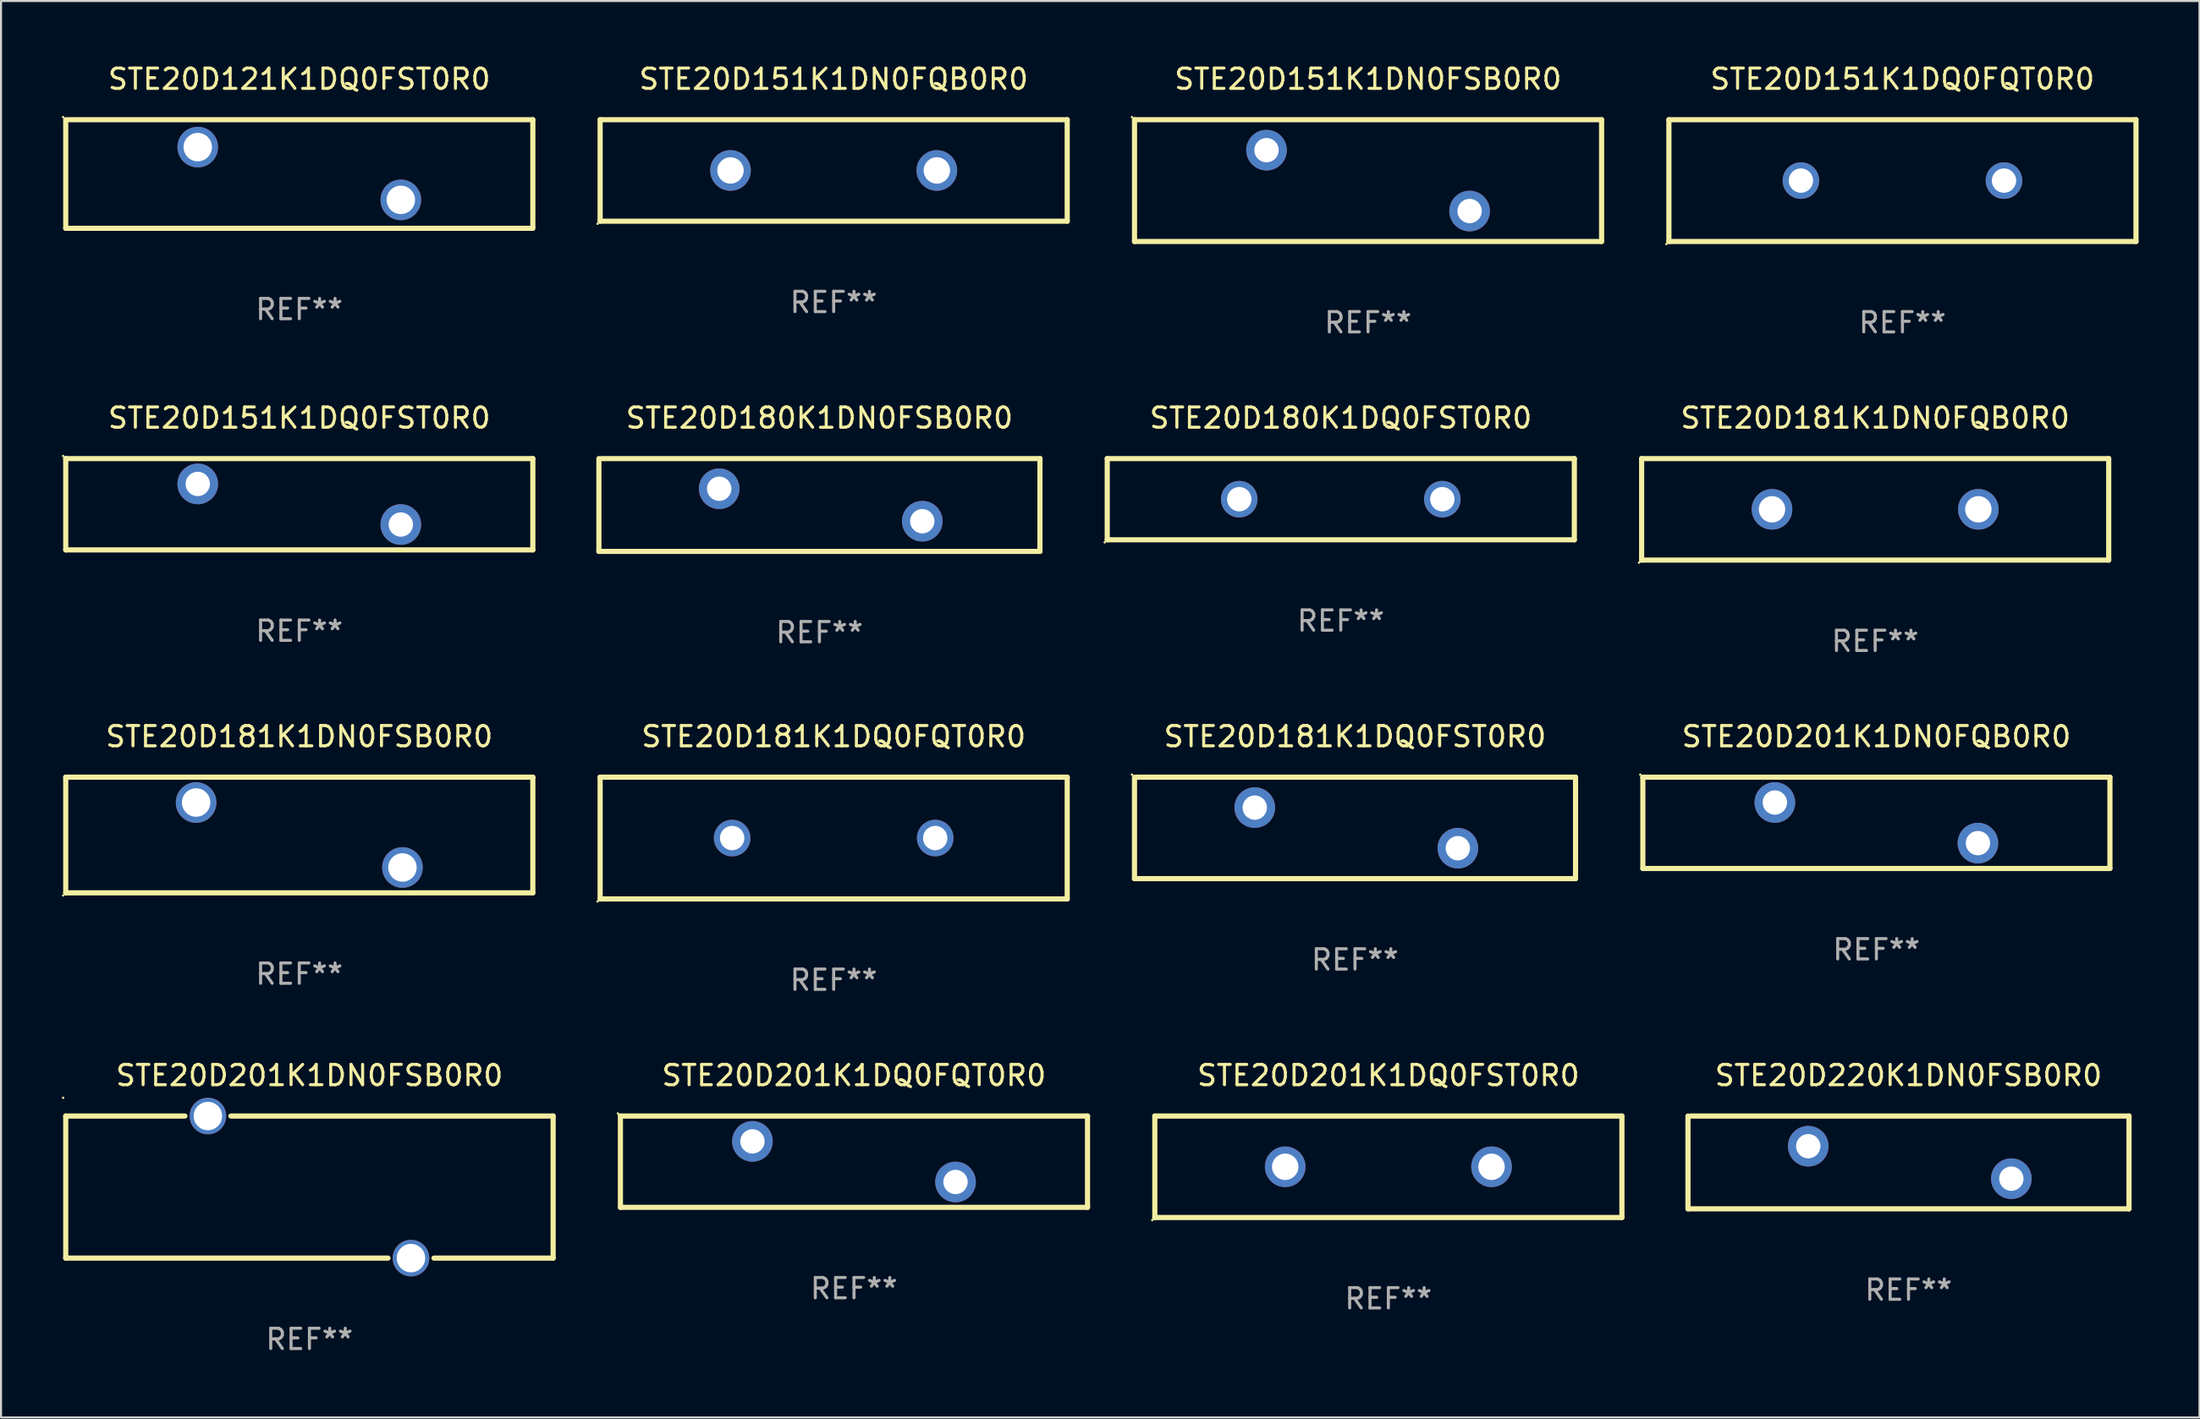
<source format=kicad_pcb>
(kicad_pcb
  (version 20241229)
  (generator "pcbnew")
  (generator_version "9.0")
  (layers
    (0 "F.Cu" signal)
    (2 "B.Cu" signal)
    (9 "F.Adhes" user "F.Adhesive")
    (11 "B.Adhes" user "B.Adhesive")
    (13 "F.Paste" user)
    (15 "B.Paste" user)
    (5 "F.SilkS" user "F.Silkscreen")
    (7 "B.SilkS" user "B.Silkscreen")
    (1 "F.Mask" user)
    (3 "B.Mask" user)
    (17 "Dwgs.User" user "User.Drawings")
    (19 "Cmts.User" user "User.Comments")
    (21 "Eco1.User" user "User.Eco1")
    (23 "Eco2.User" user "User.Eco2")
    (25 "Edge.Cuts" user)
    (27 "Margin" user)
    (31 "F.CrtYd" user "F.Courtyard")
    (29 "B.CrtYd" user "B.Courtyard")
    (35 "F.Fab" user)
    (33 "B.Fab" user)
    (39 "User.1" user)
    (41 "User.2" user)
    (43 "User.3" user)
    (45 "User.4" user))
  (footprint "STE20D151K1DN0FSB0R0"
    (layer "F.Cu")
    (at 64.315 5.848)
    (property "Reference" "STE20D151K1DN0FSB0R0" (at 0 -5 0) (layer "F.SilkS") (effects (font (size 1 1) (thickness 0.15))))
    (attr through_hole)
    (fp_line (start -11.5 -3) (end 11.5 -3) (stroke (width 0.254) (type solid)) (layer "F.SilkS"))
    (fp_line (start -11.5 3) (end -11.5 -3) (stroke (width 0.254) (type solid)) (layer "F.SilkS"))
    (fp_line (start 11.5 -3) (end 11.5 3) (stroke (width 0.254) (type solid)) (layer "F.SilkS"))
    (fp_line (start 11.5 3) (end -11.5 3) (stroke (width 0.254) (type solid)) (layer "F.SilkS"))
    (fp_circle (center -11.627 -3.127) (end -11.597 -3.127) (stroke (width 0.06) (type solid)) (fill no) (layer "F.SilkS"))
    (fp_text user "REF**" (at 0 7 0) (layer "F.Fab") (effects (font (size 1 1) (thickness 0.15))))
    (pad "1" thru_hole circle (at -5 -1.5) (size 2 2) (drill 1.2) (layers "*.Cu" "*.Mask"))
    (pad "2" thru_hole circle (at 5 1.5) (size 2 2) (drill 1.2) (layers "*.Cu" "*.Mask")))
  (footprint "STE20D220K1DN0FSB0R0"
    (layer "F.Cu")
    (at 90.927 54.224)
    (property "Reference" "STE20D220K1DN0FSB0R0" (at 0 -4.286 0) (layer "F.SilkS") (effects (font (size 1 1) (thickness 0.15))))
    (attr through_hole)
    (fp_line (start -10.859 2.286) (end -10.859 -2.286) (stroke (width 0.254) (type solid)) (layer "F.SilkS"))
    (fp_line (start -10.732 -2.286) (end 10.859 -2.286) (stroke (width 0.254) (type solid)) (layer "F.SilkS"))
    (fp_line (start 10.859 -2.286) (end 10.859 2.286) (stroke (width 0.254) (type solid)) (layer "F.SilkS"))
    (fp_line (start 10.859 2.286) (end -10.859 2.286) (stroke (width 0.254) (type solid)) (layer "F.SilkS"))
    (fp_circle (center -10.687 -2.3) (end -10.657 -2.3) (stroke (width 0.06) (type solid)) (fill no) (layer "F.SilkS"))
    (fp_text user "REF**" (at 0 6.286 0) (layer "F.Fab") (effects (font (size 1 1) (thickness 0.15))))
    (pad "1" thru_hole circle (at -4.936 -0.8) (size 2 2) (drill 1.2) (layers "*.Cu" "*.Mask"))
    (pad "2" thru_hole circle (at 5.064 0.8) (size 2 2) (drill 1.2) (layers "*.Cu" "*.Mask")))
  (footprint "STE20D151K1DQ0FST0R0"
    (layer "F.Cu")
    (at 11.687 21.795)
    (property "Reference" "STE20D151K1DQ0FST0R0" (at 0 -4.25 0) (layer "F.SilkS") (effects (font (size 1 1) (thickness 0.15))))
    (attr through_hole)
    (fp_line (start -11.5 -2.25) (end 11.5 -2.25) (stroke (width 0.254) (type solid)) (layer "F.SilkS"))
    (fp_line (start -11.5 2.25) (end -11.5 -2.25) (stroke (width 0.254) (type solid)) (layer "F.SilkS"))
    (fp_line (start 11.5 -2.25) (end 11.5 2.25) (stroke (width 0.254) (type solid)) (layer "F.SilkS"))
    (fp_line (start 11.5 2.249) (end -11.5 2.249) (stroke (width 0.254) (type solid)) (layer "F.SilkS"))
    (fp_circle (center -11.627 -2.377) (end -11.597 -2.377) (stroke (width 0.06) (type solid)) (fill no) (layer "F.SilkS"))
    (fp_text user "REF**" (at 0 6.25 0) (layer "F.Fab") (effects (font (size 1 1) (thickness 0.15))))
    (pad "1" thru_hole circle (at -5 -1.002) (size 2 2) (drill 1.2) (layers "*.Cu" "*.Mask"))
    (pad "2" thru_hole circle (at 5 0.999) (size 2 2) (drill 1.2) (layers "*.Cu" "*.Mask")))
  (footprint "STE20D181K1DN0FSB0R0"
    (layer "F.Cu")
    (at 11.687 38.091)
    (property "Reference" "STE20D181K1DN0FSB0R0" (at 0 -4.85 0) (layer "F.SilkS") (effects (font (size 1 1) (thickness 0.15))))
    (attr through_hole)
    (fp_line (start -11.5 -2.85) (end 11.5 -2.85) (stroke (width 0.254) (type solid)) (layer "F.SilkS"))
    (fp_line (start -11.5 2.85) (end -11.5 -2.85) (stroke (width 0.254) (type solid)) (layer "F.SilkS"))
    (fp_line (start -11.5 2.85) (end 11.5 2.85) (stroke (width 0.254) (type solid)) (layer "F.SilkS"))
    (fp_line (start 11.5 -2.85) (end 11.5 2.85) (stroke (width 0.254) (type solid)) (layer "F.SilkS"))
    (fp_circle (center -11.627 2.977) (end -11.597 2.977) (stroke (width 0.06) (type solid)) (fill no) (layer "F.SilkS"))
    (fp_text user "REF**" (at 0 6.85 0) (layer "F.Fab") (effects (font (size 1 1) (thickness 0.15))))
    (pad "1" thru_hole circle (at -5.08 -1.6) (size 2 2) (drill 1.4) (layers "*.Cu" "*.Mask"))
    (pad "2" thru_hole circle (at 5.08 1.6) (size 2 2) (drill 1.4) (layers "*.Cu" "*.Mask")))
  (footprint "STE20D151K1DQ0FQT0R0"
    (layer "F.Cu")
    (at 90.629 5.848)
    (property "Reference" "STE20D151K1DQ0FQT0R0" (at 0 -5 0) (layer "F.SilkS") (effects (font (size 1 1) (thickness 0.15))))
    (attr through_hole)
    (fp_line (start -11.5 -3) (end 11.5 -3) (stroke (width 0.254) (type solid)) (layer "F.SilkS"))
    (fp_line (start -11.5 3) (end -11.5 -3) (stroke (width 0.254) (type solid)) (layer "F.SilkS"))
    (fp_line (start 11.5 -3) (end 11.5 3) (stroke (width 0.254) (type solid)) (layer "F.SilkS"))
    (fp_line (start 11.5 3) (end -11.5 3) (stroke (width 0.254) (type solid)) (layer "F.SilkS"))
    (fp_circle (center -11.627 3.127) (end -11.597 3.127) (stroke (width 0.06) (type solid)) (fill no) (layer "F.SilkS"))
    (fp_text user "REF**" (at 0 7 0) (layer "F.Fab") (effects (font (size 1 1) (thickness 0.15))))
    (pad "1" thru_hole circle (at -5 0) (size 1.8 1.8) (drill 1.2) (layers "*.Cu" "*.Mask"))
    (pad "2" thru_hole circle (at 5 0) (size 1.8 1.8) (drill 1.2) (layers "*.Cu" "*.Mask")))
  (footprint "STE20D181K1DQ0FST0R0"
    (layer "F.Cu")
    (at 63.673 37.741)
    (property "Reference" "STE20D181K1DQ0FST0R0" (at 0 -4.5 0) (layer "F.SilkS") (effects (font (size 1 1) (thickness 0.15))))
    (attr through_hole)
    (fp_line (start -10.859 2.5) (end -10.859 -2.5) (stroke (width 0.254) (type solid)) (layer "F.SilkS"))
    (fp_line (start -10.732 -2.5) (end 10.859 -2.5) (stroke (width 0.254) (type solid)) (layer "F.SilkS"))
    (fp_line (start 10.859 -2.5) (end 10.859 2.5) (stroke (width 0.254) (type solid)) (layer "F.SilkS"))
    (fp_line (start 10.859 2.5) (end -10.859 2.5) (stroke (width 0.254) (type solid)) (layer "F.SilkS"))
    (fp_circle (center -10.986 -2.627) (end -10.956 -2.627) (stroke (width 0.06) (type solid)) (fill no) (layer "F.SilkS"))
    (fp_text user "REF**" (at 0 6.5 0) (layer "F.Fab") (effects (font (size 1 1) (thickness 0.15))))
    (pad "1" thru_hole circle (at -4.937 -1) (size 2 2) (drill 1.2) (layers "*.Cu" "*.Mask"))
    (pad "2" thru_hole circle (at 5.063 1) (size 2 2) (drill 1.2) (layers "*.Cu" "*.Mask")))
  (footprint "STE20D201K1DQ0FQT0R0"
    (layer "F.Cu")
    (at 39.001 54.188)
    (property "Reference" "STE20D201K1DQ0FQT0R0" (at 0 -4.25 0) (layer "F.SilkS") (effects (font (size 1 1) (thickness 0.15))))
    (attr through_hole)
    (fp_line (start -11.5 -2.25) (end 11.5 -2.25) (stroke (width 0.254) (type solid)) (layer "F.SilkS"))
    (fp_line (start -11.5 2.25) (end -11.5 -2.25) (stroke (width 0.254) (type solid)) (layer "F.SilkS"))
    (fp_line (start 11.5 -2.25) (end 11.5 2.25) (stroke (width 0.254) (type solid)) (layer "F.SilkS"))
    (fp_line (start 11.5 2.249) (end -11.5 2.249) (stroke (width 0.254) (type solid)) (layer "F.SilkS"))
    (fp_circle (center -11.627 -2.377) (end -11.597 -2.377) (stroke (width 0.06) (type solid)) (fill no) (layer "F.SilkS"))
    (fp_text user "REF**" (at 0 6.25 0) (layer "F.Fab") (effects (font (size 1 1) (thickness 0.15))))
    (pad "1" thru_hole circle (at -5 -1.002) (size 2 2) (drill 1.2) (layers "*.Cu" "*.Mask"))
    (pad "2" thru_hole circle (at 5 0.999) (size 2 2) (drill 1.2) (layers "*.Cu" "*.Mask")))
  (footprint "STE20D121K1DQ0FST0R0"
    (layer "F.Cu")
    (at 11.687 5.523)
    (property "Reference" "STE20D121K1DQ0FST0R0" (at 0 -4.675 0) (layer "F.SilkS") (effects (font (size 1 1) (thickness 0.15))))
    (attr through_hole)
    (fp_line (start -11.5 -2.675) (end 11.5 -2.675) (stroke (width 0.254) (type solid)) (layer "F.SilkS"))
    (fp_line (start -11.5 2.675) (end -11.5 -2.625) (stroke (width 0.254) (type solid)) (layer "F.SilkS"))
    (fp_line (start 11.5 -2.675) (end 11.5 2.625) (stroke (width 0.254) (type solid)) (layer "F.SilkS"))
    (fp_line (start 11.5 2.675) (end -11.5 2.675) (stroke (width 0.254) (type solid)) (layer "F.SilkS"))
    (fp_circle (center -11.627 -2.802) (end -11.597 -2.802) (stroke (width 0.06) (type solid)) (fill no) (layer "F.SilkS"))
    (fp_text user "REF**" (at 0 6.675 0) (layer "F.Fab") (effects (font (size 1 1) (thickness 0.15))))
    (pad "1" thru_hole circle (at -5 -1.325) (size 2 2) (drill 1.4) (layers "*.Cu" "*.Mask"))
    (pad "2" thru_hole circle (at 5 1.275) (size 2 2) (drill 1.4) (layers "*.Cu" "*.Mask")))
  (footprint "STE20D181K1DQ0FQT0R0"
    (layer "F.Cu")
    (at 38.001 38.241)
    (property "Reference" "STE20D181K1DQ0FQT0R0" (at 0 -5 0) (layer "F.SilkS") (effects (font (size 1 1) (thickness 0.15))))
    (attr through_hole)
    (fp_line (start -11.5 -3) (end 11.5 -3) (stroke (width 0.254) (type solid)) (layer "F.SilkS"))
    (fp_line (start -11.5 3) (end -11.5 -3) (stroke (width 0.254) (type solid)) (layer "F.SilkS"))
    (fp_line (start 11.5 -3) (end 11.5 3) (stroke (width 0.254) (type solid)) (layer "F.SilkS"))
    (fp_line (start 11.5 3) (end -11.5 3) (stroke (width 0.254) (type solid)) (layer "F.SilkS"))
    (fp_circle (center -11.627 3.127) (end -11.597 3.127) (stroke (width 0.06) (type solid)) (fill no) (layer "F.SilkS"))
    (fp_text user "REF**" (at 0 7 0) (layer "F.Fab") (effects (font (size 1 1) (thickness 0.15))))
    (pad "1" thru_hole circle (at -5 0) (size 1.8 1.8) (drill 1.2) (layers "*.Cu" "*.Mask"))
    (pad "2" thru_hole circle (at 5 0) (size 1.8 1.8) (drill 1.2) (layers "*.Cu" "*.Mask")))
  (footprint "STE20D180K1DQ0FST0R0"
    (layer "F.Cu")
    (at 62.972 21.545)
    (property "Reference" "STE20D180K1DQ0FST0R0" (at 0 -4 0) (layer "F.SilkS") (effects (font (size 1 1) (thickness 0.15))))
    (attr through_hole)
    (fp_line (start -11.5 -2) (end 11.5 -2) (stroke (width 0.254) (type solid)) (layer "F.SilkS"))
    (fp_line (start -11.5 2) (end -11.5 -2) (stroke (width 0.254) (type solid)) (layer "F.SilkS"))
    (fp_line (start 11.5 -2) (end 11.5 2) (stroke (width 0.254) (type solid)) (layer "F.SilkS"))
    (fp_line (start 11.5 2) (end -11.5 2) (stroke (width 0.254) (type solid)) (layer "F.SilkS"))
    (fp_circle (center -11.627 2.127) (end -11.597 2.127) (stroke (width 0.06) (type solid)) (fill no) (layer "F.SilkS"))
    (fp_text user "REF**" (at 0 6 0) (layer "F.Fab") (effects (font (size 1 1) (thickness 0.15))))
    (pad "1" thru_hole circle (at -5 0) (size 1.8 1.8) (drill 1.2) (layers "*.Cu" "*.Mask"))
    (pad "2" thru_hole circle (at 5 0) (size 1.8 1.8) (drill 1.2) (layers "*.Cu" "*.Mask")))
  (footprint "STE20D151K1DN0FQB0R0"
    (layer "F.Cu")
    (at 38.001 5.348)
    (property "Reference" "STE20D151K1DN0FQB0R0" (at 0 -4.5 0) (layer "F.SilkS") (effects (font (size 1 1) (thickness 0.15))))
    (attr through_hole)
    (fp_line (start -11.5 -2.5) (end 11.5 -2.5) (stroke (width 0.254) (type solid)) (layer "F.SilkS"))
    (fp_line (start -11.5 2.5) (end -11.5 -2.5) (stroke (width 0.254) (type solid)) (layer "F.SilkS"))
    (fp_line (start 11.5 -2.5) (end 11.5 2.5) (stroke (width 0.254) (type solid)) (layer "F.SilkS"))
    (fp_line (start 11.5 2.5) (end -11.5 2.5) (stroke (width 0.254) (type solid)) (layer "F.SilkS"))
    (fp_circle (center -11.627 2.627) (end -11.597 2.627) (stroke (width 0.06) (type solid)) (fill no) (layer "F.SilkS"))
    (fp_text user "REF**" (at 0 6.5 0) (layer "F.Fab") (effects (font (size 1 1) (thickness 0.15))))
    (pad "1" thru_hole circle (at -5.08 0) (size 2 2) (drill 1.3) (layers "*.Cu" "*.Mask"))
    (pad "2" thru_hole circle (at 5.08 0) (size 2 2) (drill 1.3) (layers "*.Cu" "*.Mask")))
  (footprint "STE20D181K1DN0FQB0R0"
    (layer "F.Cu")
    (at 89.286 22.045)
    (property "Reference" "STE20D181K1DN0FQB0R0" (at 0 -4.5 0) (layer "F.SilkS") (effects (font (size 1 1) (thickness 0.15))))
    (attr through_hole)
    (fp_line (start -11.5 -2.5) (end 11.5 -2.5) (stroke (width 0.254) (type solid)) (layer "F.SilkS"))
    (fp_line (start -11.5 2.5) (end -11.5 -2.5) (stroke (width 0.254) (type solid)) (layer "F.SilkS"))
    (fp_line (start 11.5 -2.5) (end 11.5 2.5) (stroke (width 0.254) (type solid)) (layer "F.SilkS"))
    (fp_line (start 11.5 2.5) (end -11.5 2.5) (stroke (width 0.254) (type solid)) (layer "F.SilkS"))
    (fp_circle (center -11.627 2.627) (end -11.597 2.627) (stroke (width 0.06) (type solid)) (fill no) (layer "F.SilkS"))
    (fp_text user "REF**" (at 0 6.5 0) (layer "F.Fab") (effects (font (size 1 1) (thickness 0.15))))
    (pad "1" thru_hole circle (at -5.08 0) (size 2 2) (drill 1.3) (layers "*.Cu" "*.Mask"))
    (pad "2" thru_hole circle (at 5.08 0) (size 2 2) (drill 1.3) (layers "*.Cu" "*.Mask")))
  (footprint "STE20D180K1DN0FSB0R0"
    (layer "F.Cu")
    (at 37.3 21.831)
    (property "Reference" "STE20D180K1DN0FSB0R0" (at 0 -4.286 0) (layer "F.SilkS") (effects (font (size 1 1) (thickness 0.15))))
    (attr through_hole)
    (fp_line (start -10.859 2.286) (end -10.859 -2.286) (stroke (width 0.254) (type solid)) (layer "F.SilkS"))
    (fp_line (start -10.732 -2.286) (end 10.859 -2.286) (stroke (width 0.254) (type solid)) (layer "F.SilkS"))
    (fp_line (start 10.859 -2.286) (end 10.859 2.286) (stroke (width 0.254) (type solid)) (layer "F.SilkS"))
    (fp_line (start 10.859 2.286) (end -10.859 2.286) (stroke (width 0.254) (type solid)) (layer "F.SilkS"))
    (fp_circle (center -10.687 -2.3) (end -10.657 -2.3) (stroke (width 0.06) (type solid)) (fill no) (layer "F.SilkS"))
    (fp_text user "REF**" (at 0 6.286 0) (layer "F.Fab") (effects (font (size 1 1) (thickness 0.15))))
    (pad "1" thru_hole circle (at -4.936 -0.8) (size 2 2) (drill 1.2) (layers "*.Cu" "*.Mask"))
    (pad "2" thru_hole circle (at 5.064 0.8) (size 2 2) (drill 1.2) (layers "*.Cu" "*.Mask")))
  (footprint "STE20D201K1DN0FQB0R0"
    (layer "F.Cu")
    (at 89.346 37.492)
    (property "Reference" "STE20D201K1DN0FQB0R0" (at 0 -4.25 0) (layer "F.SilkS") (effects (font (size 1 1) (thickness 0.15))))
    (attr through_hole)
    (fp_line (start -11.5 -2.25) (end 11.5 -2.25) (stroke (width 0.254) (type solid)) (layer "F.SilkS"))
    (fp_line (start -11.5 2.25) (end -11.5 -2.25) (stroke (width 0.254) (type solid)) (layer "F.SilkS"))
    (fp_line (start 11.5 -2.25) (end 11.5 2.25) (stroke (width 0.254) (type solid)) (layer "F.SilkS"))
    (fp_line (start 11.5 2.249) (end -11.5 2.249) (stroke (width 0.254) (type solid)) (layer "F.SilkS"))
    (fp_circle (center -11.627 -2.377) (end -11.597 -2.377) (stroke (width 0.06) (type solid)) (fill no) (layer "F.SilkS"))
    (fp_text user "REF**" (at 0 6.25 0) (layer "F.Fab") (effects (font (size 1 1) (thickness 0.15))))
    (pad "1" thru_hole circle (at -5 -1.002) (size 2 2) (drill 1.2) (layers "*.Cu" "*.Mask"))
    (pad "2" thru_hole circle (at 5 0.999) (size 2 2) (drill 1.2) (layers "*.Cu" "*.Mask")))
  (footprint "STE20D201K1DN0FSB0R0"
    (layer "F.Cu")
    (at 12.187 55.438)
    (property "Reference" "STE20D201K1DN0FSB0R0" (at 0 -5.5 0) (layer "F.SilkS") (effects (font (size 1 1) (thickness 0.15))))
    (attr through_hole)
    (fp_line (start -12 -3.5) (end -6.131 -3.5) (stroke (width 0.254) (type solid)) (layer "F.SilkS"))
    (fp_line (start -12 3.5) (end -12 -3.5) (stroke (width 0.254) (type solid)) (layer "F.SilkS"))
    (fp_line (start -3.869 -3.5) (end 12 -3.5) (stroke (width 0.254) (type solid)) (layer "F.SilkS"))
    (fp_line (start 3.869 3.5) (end -12 3.5) (stroke (width 0.254) (type solid)) (layer "F.SilkS"))
    (fp_line (start 12 -3.5) (end 12 3.5) (stroke (width 0.254) (type solid)) (layer "F.SilkS"))
    (fp_line (start 12 3.5) (end 6.131 3.5) (stroke (width 0.254) (type solid)) (layer "F.SilkS"))
    (fp_circle (center -12.127 -4.4) (end -12.097 -4.4) (stroke (width 0.06) (type solid)) (fill no) (layer "F.SilkS"))
    (fp_text user "REF**" (at 0 7.5 0) (layer "F.Fab") (effects (font (size 1 1) (thickness 0.15))))
    (pad "1" thru_hole circle (at -5 -3.5) (size 1.8 1.8) (drill 1.4) (layers "*.Cu" "*.Mask"))
    (pad "2" thru_hole circle (at 5 3.5) (size 1.8 1.8) (drill 1.4) (layers "*.Cu" "*.Mask")))
  (footprint "STE20D201K1DQ0FST0R0"
    (layer "F.Cu")
    (at 65.315 54.438)
    (property "Reference" "STE20D201K1DQ0FST0R0" (at 0 -4.5 0) (layer "F.SilkS") (effects (font (size 1 1) (thickness 0.15))))
    (attr through_hole)
    (fp_line (start -11.5 -2.5) (end 11.5 -2.5) (stroke (width 0.254) (type solid)) (layer "F.SilkS"))
    (fp_line (start -11.5 2.5) (end -11.5 -2.5) (stroke (width 0.254) (type solid)) (layer "F.SilkS"))
    (fp_line (start 11.5 -2.5) (end 11.5 2.5) (stroke (width 0.254) (type solid)) (layer "F.SilkS"))
    (fp_line (start 11.5 2.5) (end -11.5 2.5) (stroke (width 0.254) (type solid)) (layer "F.SilkS"))
    (fp_circle (center -11.627 2.627) (end -11.597 2.627) (stroke (width 0.06) (type solid)) (fill no) (layer "F.SilkS"))
    (fp_text user "REF**" (at 0 6.5 0) (layer "F.Fab") (effects (font (size 1 1) (thickness 0.15))))
    (pad "1" thru_hole circle (at -5.08 0) (size 2 2) (drill 1.3) (layers "*.Cu" "*.Mask"))
    (pad "2" thru_hole circle (at 5.08 0) (size 2 2) (drill 1.3) (layers "*.Cu" "*.Mask")))
  (gr_rect
    (start -3 -3)
    (end 105.256 66.786)
    (stroke (width 0.1) (type default))
    (fill no)
    (layer "Edge.Cuts")))
</source>
